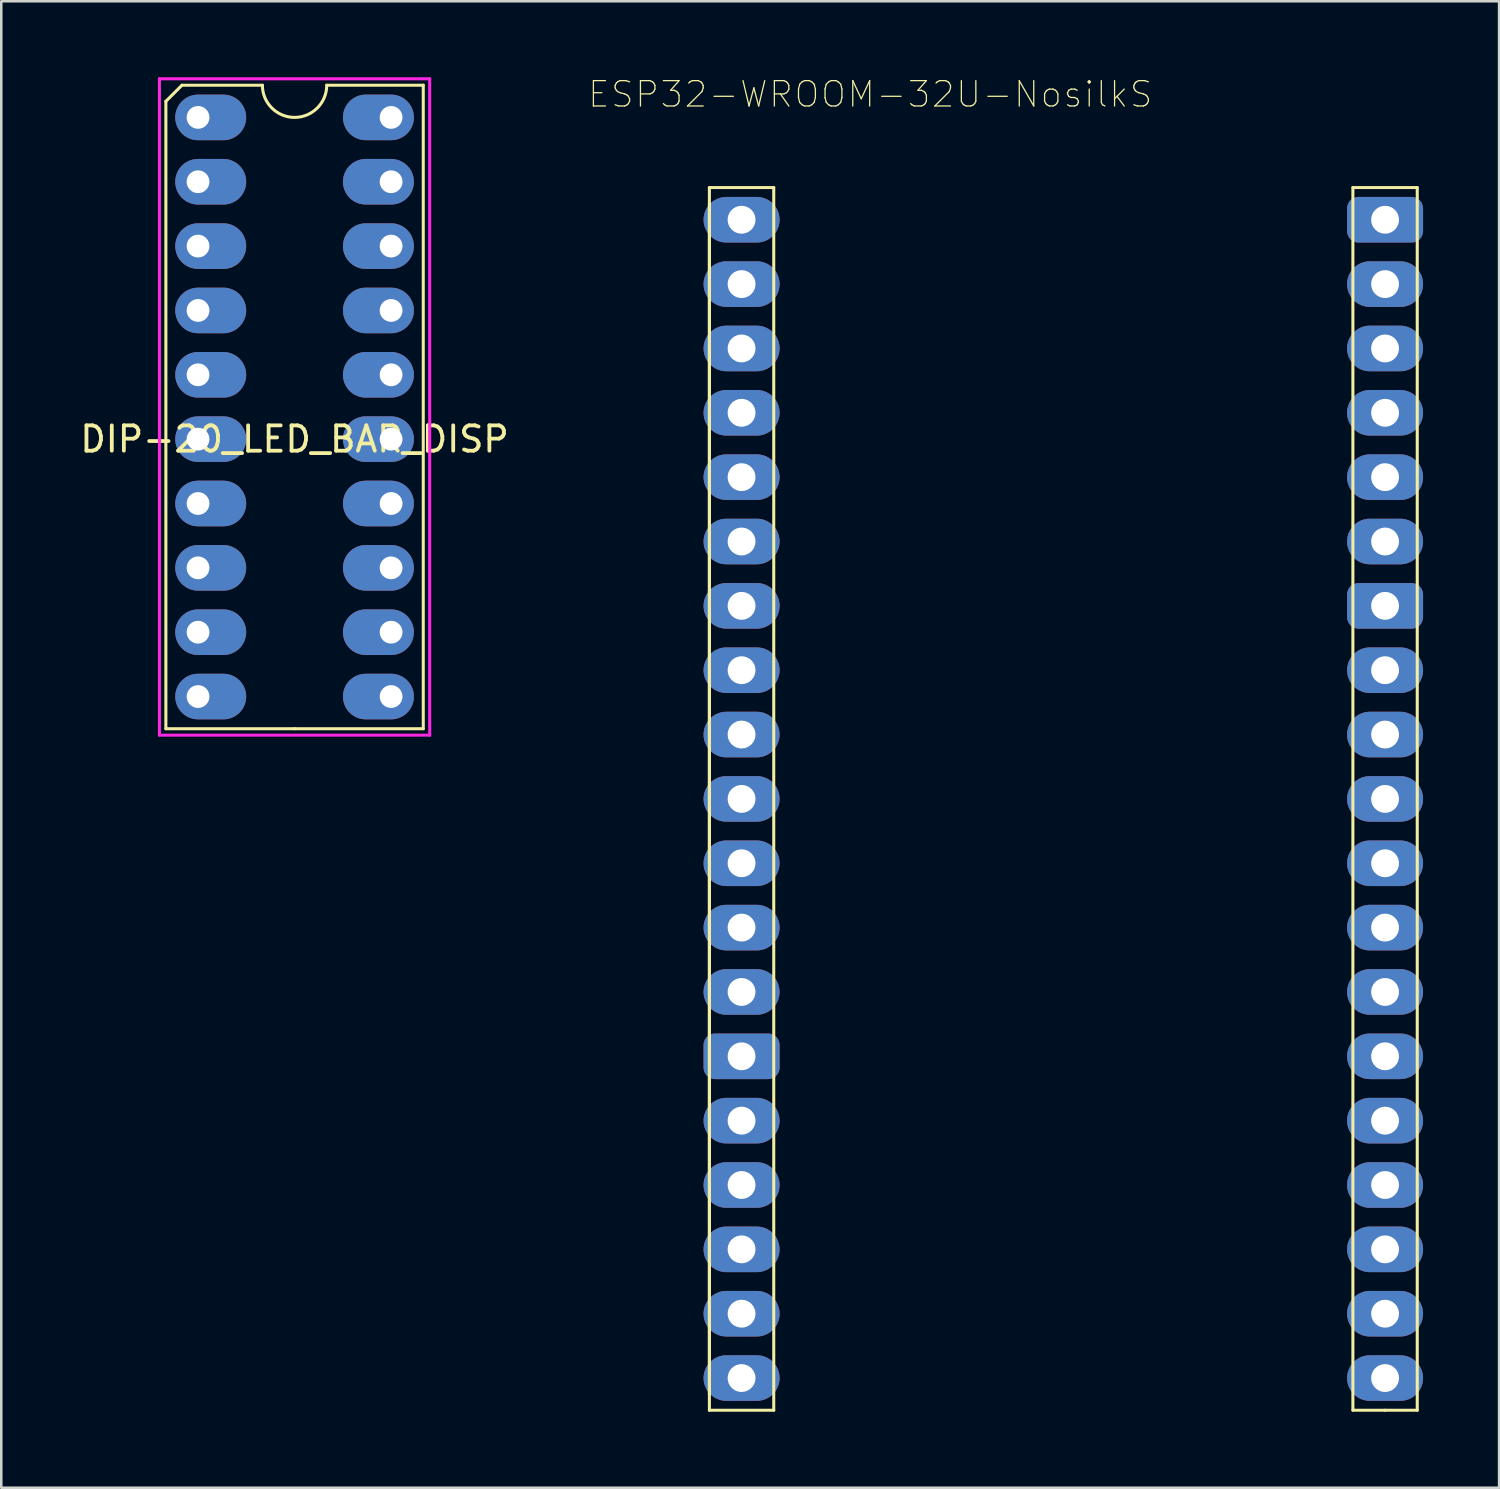
<source format=kicad_pcb>
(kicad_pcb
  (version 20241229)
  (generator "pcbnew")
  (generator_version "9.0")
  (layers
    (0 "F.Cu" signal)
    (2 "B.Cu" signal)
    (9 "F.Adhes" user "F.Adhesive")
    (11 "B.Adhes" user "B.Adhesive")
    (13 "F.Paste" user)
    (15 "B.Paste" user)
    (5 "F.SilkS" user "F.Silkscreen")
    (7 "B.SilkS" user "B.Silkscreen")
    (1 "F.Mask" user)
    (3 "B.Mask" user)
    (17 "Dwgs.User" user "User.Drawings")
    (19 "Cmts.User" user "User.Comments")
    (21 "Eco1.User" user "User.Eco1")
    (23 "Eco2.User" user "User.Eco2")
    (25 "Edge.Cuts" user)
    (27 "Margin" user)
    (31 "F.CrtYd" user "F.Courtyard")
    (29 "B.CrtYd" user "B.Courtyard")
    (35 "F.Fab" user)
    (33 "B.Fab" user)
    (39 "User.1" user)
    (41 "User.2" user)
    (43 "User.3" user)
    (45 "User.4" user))
  (footprint "ESP32-WROOM-32U-NosilkS"
    (layer "F.Cu")
    (at 26.221 5.624)
    (property "Reference" "ESP32-WROOM-32U-NosilkS" (at 5.08 -4.951 0) (layer "F.SilkS") (effects (font (size 1 1) (thickness 0.05))))
    (attr through_hole)
    (fp_line (start -1.27 -1.27) (end -1.27 46.99) (stroke (width 0.12) (type solid)) (layer "F.SilkS"))
    (fp_line (start -1.27 -1.27) (end 1.27 -1.27) (stroke (width 0.12) (type solid)) (layer "F.SilkS"))
    (fp_line (start -1.27 46.355) (end -1.27 -0.635) (stroke (width 0.12) (type solid)) (layer "F.SilkS"))
    (fp_line (start -1.27 46.99) (end 1.27 46.99) (stroke (width 0.12) (type solid)) (layer "F.SilkS"))
    (fp_line (start 1.27 46.99) (end 1.27 -1.27) (stroke (width 0.12) (type solid)) (layer "F.SilkS"))
    (fp_line (start 24.13 -1.27) (end 24.13 46.99) (stroke (width 0.12) (type solid)) (layer "F.SilkS"))
    (fp_line (start 24.13 -1.27) (end 26.67 -1.27) (stroke (width 0.12) (type solid)) (layer "F.SilkS"))
    (fp_line (start 24.13 46.99) (end 25.4 46.99) (stroke (width 0.12) (type solid)) (layer "F.SilkS"))
    (fp_line (start 25.4 46.99) (end 26.67 46.99) (stroke (width 0.12) (type solid)) (layer "F.SilkS"))
    (fp_line (start 26.67 46.99) (end 26.67 -1.27) (stroke (width 0.12) (type solid)) (layer "F.SilkS"))
    (pad "1" thru_hole oval (at 0 0) (size 3 1.8) (drill 1.1) (layers "*.Cu" "*.Mask"))
    (pad "2" thru_hole oval (at 0 2.54) (size 3 1.8) (drill 1.1) (layers "*.Cu" "*.Mask"))
    (pad "3" thru_hole oval (at 0 5.08) (size 3 1.8) (drill 1.1) (layers "*.Cu" "*.Mask"))
    (pad "4" thru_hole oval (at 0 7.62) (size 3 1.8) (drill 1.1) (layers "*.Cu" "*.Mask"))
    (pad "5" thru_hole oval (at 0 10.16) (size 3 1.8) (drill 1.1) (layers "*.Cu" "*.Mask"))
    (pad "6" thru_hole oval (at 0 12.7) (size 3 1.8) (drill 1.1) (layers "*.Cu" "*.Mask"))
    (pad "7" thru_hole oval (at 0 15.24) (size 3 1.8) (drill 1.1) (layers "*.Cu" "*.Mask"))
    (pad "8" thru_hole oval (at 0 17.78) (size 3 1.8) (drill 1.1) (layers "*.Cu" "*.Mask"))
    (pad "9" thru_hole oval (at 0 20.32) (size 3 1.8) (drill 1.1) (layers "*.Cu" "*.Mask"))
    (pad "10" thru_hole oval (at 0 22.86) (size 3 1.8) (drill 1.1) (layers "*.Cu" "*.Mask"))
    (pad "11" thru_hole oval (at 0 25.4) (size 3 1.8) (drill 1.1) (layers "*.Cu" "*.Mask"))
    (pad "12" thru_hole oval (at 0 27.94) (size 3 1.8) (drill 1.1) (layers "*.Cu" "*.Mask"))
    (pad "13" thru_hole oval (at 0 30.48) (size 3 1.8) (drill 1.1) (layers "*.Cu" "*.Mask"))
    (pad "14" thru_hole roundrect (at 0 33.02) (size 3 1.8) (drill 1.1) (layers "*.Cu" "*.Mask") (roundrect_rratio 0.25))
    (pad "15" thru_hole oval (at 0 35.56) (size 3 1.8) (drill 1.1) (layers "*.Cu" "*.Mask"))
    (pad "16" thru_hole oval (at 0 38.1) (size 3 1.8) (drill 1.1) (layers "*.Cu" "*.Mask"))
    (pad "17" thru_hole oval (at 0 40.64) (size 3 1.8) (drill 1.1) (layers "*.Cu" "*.Mask"))
    (pad "18" thru_hole oval (at 0 43.18) (size 3 1.8) (drill 1.1) (layers "*.Cu" "*.Mask"))
    (pad "19" thru_hole oval (at 0 45.72) (size 3 1.8) (drill 1.1) (layers "*.Cu" "*.Mask"))
    (pad "20" thru_hole roundrect (at 25.4 0) (size 3 1.8) (drill 1.1) (layers "*.Cu" "*.Mask") (roundrect_rratio 0.25))
    (pad "21" thru_hole oval (at 25.4 2.54) (size 3 1.8) (drill 1.1) (layers "*.Cu" "*.Mask"))
    (pad "22" thru_hole oval (at 25.4 5.08) (size 3 1.8) (drill 1.1) (layers "*.Cu" "*.Mask"))
    (pad "23" thru_hole oval (at 25.4 7.62) (size 3 1.8) (drill 1.1) (layers "*.Cu" "*.Mask"))
    (pad "24" thru_hole oval (at 25.4 10.16) (size 3 1.8) (drill 1.1) (layers "*.Cu" "*.Mask"))
    (pad "25" thru_hole oval (at 25.4 12.7) (size 3 1.8) (drill 1.1) (layers "*.Cu" "*.Mask"))
    (pad "26" thru_hole roundrect (at 25.4 15.24) (size 3 1.8) (drill 1.1) (layers "*.Cu" "*.Mask") (roundrect_rratio 0.25))
    (pad "27" thru_hole oval (at 25.4 17.78) (size 3 1.8) (drill 1.1) (layers "*.Cu" "*.Mask"))
    (pad "28" thru_hole oval (at 25.4 20.32) (size 3 1.8) (drill 1.1) (layers "*.Cu" "*.Mask"))
    (pad "29" thru_hole oval (at 25.4 22.86) (size 3 1.8) (drill 1.1) (layers "*.Cu" "*.Mask"))
    (pad "30" thru_hole oval (at 25.4 25.4) (size 3 1.8) (drill 1.1) (layers "*.Cu" "*.Mask"))
    (pad "31" thru_hole oval (at 25.4 27.94) (size 3 1.8) (drill 1.1) (layers "*.Cu" "*.Mask"))
    (pad "32" thru_hole oval (at 25.4 30.48) (size 3 1.8) (drill 1.1) (layers "*.Cu" "*.Mask"))
    (pad "33" thru_hole oval (at 25.4 33.02) (size 3 1.8) (drill 1.1) (layers "*.Cu" "*.Mask"))
    (pad "34" thru_hole oval (at 25.4 35.56) (size 3 1.8) (drill 1.1) (layers "*.Cu" "*.Mask"))
    (pad "35" thru_hole oval (at 25.4 38.1) (size 3 1.8) (drill 1.1) (layers "*.Cu" "*.Mask"))
    (pad "36" thru_hole oval (at 25.4 40.64) (size 3 1.8) (drill 1.1) (layers "*.Cu" "*.Mask"))
    (pad "37" thru_hole oval (at 25.4 43.18) (size 3 1.8) (drill 1.1) (layers "*.Cu" "*.Mask"))
    (pad "38" thru_hole oval (at 25.4 45.72) (size 3 1.8) (drill 1.1) (layers "*.Cu" "*.Mask")))
  (footprint "DIP-20_LED_BAR_DISP"
    (layer "F.Cu")
    (at 4.767 1.584)
    (property "Reference" "DIP-20_LED_BAR_DISP" (at 3.81 12.7 0) (layer "F.SilkS") (effects (font (size 1 1) (thickness 0.15))))
    (attr through_hole)
    (fp_line (start -1.27 -0.635) (end -1.27 24.13) (stroke (width 0.12) (type solid)) (layer "F.SilkS"))
    (fp_line (start -0.635 -1.27) (end -1.27 -0.635) (stroke (width 0.12) (type solid)) (layer "F.SilkS"))
    (fp_line (start 2.54 -1.27) (end -0.635 -1.27) (stroke (width 0.12) (type solid)) (layer "F.SilkS"))
    (fp_line (start 3.81 24.13) (end -1.27 24.13) (stroke (width 0.12) (type solid)) (layer "F.SilkS"))
    (fp_line (start 3.81 24.13) (end 8.89 24.13) (stroke (width 0.12) (type solid)) (layer "F.SilkS"))
    (fp_line (start 5.08 -1.27) (end 8.89 -1.27) (stroke (width 0.12) (type solid)) (layer "F.SilkS"))
    (fp_line (start 8.89 -1.27) (end 8.89 24.13) (stroke (width 0.12) (type solid)) (layer "F.SilkS"))
    (fp_arc (start 5.08 -1.27) (mid 3.81 0) (end 2.54 -1.27) (stroke (width 0.12) (type solid)) (layer "F.SilkS"))
    (fp_line (start -1.524 -1.524) (end -1.524 24.384) (stroke (width 0.12) (type solid)) (layer "F.CrtYd"))
    (fp_line (start -1.524 24.384) (end 9.144 24.384) (stroke (width 0.12) (type solid)) (layer "F.CrtYd"))
    (fp_line (start 9.144 -1.524) (end -1.524 -1.524) (stroke (width 0.12) (type solid)) (layer "F.CrtYd"))
    (fp_line (start 9.144 24.384) (end 9.144 -1.524) (stroke (width 0.12) (type solid)) (layer "F.CrtYd"))
    (pad "1" thru_hole oval (at 0 0) (size 2.8 1.8) (drill 0.9 (offset 0.5 0)) (layers "*.Cu" "*.Mask"))
    (pad "2" thru_hole oval (at 0 2.54) (size 2.8 1.8) (drill 0.9 (offset 0.5 0)) (layers "*.Cu" "*.Mask"))
    (pad "3" thru_hole oval (at 0 5.08) (size 2.8 1.8) (drill 0.9 (offset 0.5 0)) (layers "*.Cu" "*.Mask"))
    (pad "4" thru_hole oval (at 0 7.62) (size 2.8 1.8) (drill 0.9 (offset 0.5 0)) (layers "*.Cu" "*.Mask"))
    (pad "5" thru_hole oval (at 0 10.16) (size 2.8 1.8) (drill 0.9 (offset 0.5 0)) (layers "*.Cu" "*.Mask"))
    (pad "6" thru_hole oval (at 0 12.7) (size 2.8 1.8) (drill 0.9 (offset 0.5 0)) (layers "*.Cu" "*.Mask"))
    (pad "7" thru_hole oval (at 0 15.24) (size 2.8 1.8) (drill 0.9 (offset 0.5 0)) (layers "*.Cu" "*.Mask"))
    (pad "8" thru_hole oval (at 0 17.78) (size 2.8 1.8) (drill 0.9 (offset 0.5 0)) (layers "*.Cu" "*.Mask"))
    (pad "9" thru_hole oval (at 0 20.32) (size 2.8 1.8) (drill 0.9 (offset 0.5 0)) (layers "*.Cu" "*.Mask"))
    (pad "10" thru_hole oval (at 0 22.86) (size 2.8 1.8) (drill 0.9 (offset 0.5 0)) (layers "*.Cu" "*.Mask"))
    (pad "11" thru_hole oval (at 7.62 22.86 180) (size 2.8 1.8) (drill 0.9 (offset 0.5 0)) (layers "*.Cu" "*.Mask"))
    (pad "12" thru_hole oval (at 7.62 20.32 180) (size 2.8 1.8) (drill 0.9 (offset 0.5 0)) (layers "*.Cu" "*.Mask"))
    (pad "13" thru_hole oval (at 7.62 17.78 180) (size 2.8 1.8) (drill 0.9 (offset 0.5 0)) (layers "*.Cu" "*.Mask"))
    (pad "14" thru_hole oval (at 7.62 15.24 180) (size 2.8 1.8) (drill 0.9 (offset 0.5 0)) (layers "*.Cu" "*.Mask"))
    (pad "15" thru_hole oval (at 7.62 12.7 180) (size 2.8 1.8) (drill 0.9 (offset 0.5 0)) (layers "*.Cu" "*.Mask"))
    (pad "16" thru_hole oval (at 7.62 10.16 180) (size 2.8 1.8) (drill 0.9 (offset 0.5 0)) (layers "*.Cu" "*.Mask"))
    (pad "17" thru_hole oval (at 7.62 7.62 180) (size 2.8 1.8) (drill 0.9 (offset 0.5 0)) (layers "*.Cu" "*.Mask"))
    (pad "18" thru_hole oval (at 7.62 5.08 180) (size 2.8 1.8) (drill 0.9 (offset 0.5 0)) (layers "*.Cu" "*.Mask"))
    (pad "19" thru_hole oval (at 7.62 2.54 180) (size 2.8 1.8) (drill 0.9 (offset 0.5 0)) (layers "*.Cu" "*.Mask"))
    (pad "20" thru_hole oval (at 7.62 0 180) (size 2.8 1.8) (drill 0.9 (offset 0.5 0)) (layers "*.Cu" "*.Mask")))
  (gr_rect
    (start -3 -3)
    (end 56.121 55.674)
    (stroke (width 0.1) (type default))
    (fill no)
    (layer "Edge.Cuts")))
</source>
